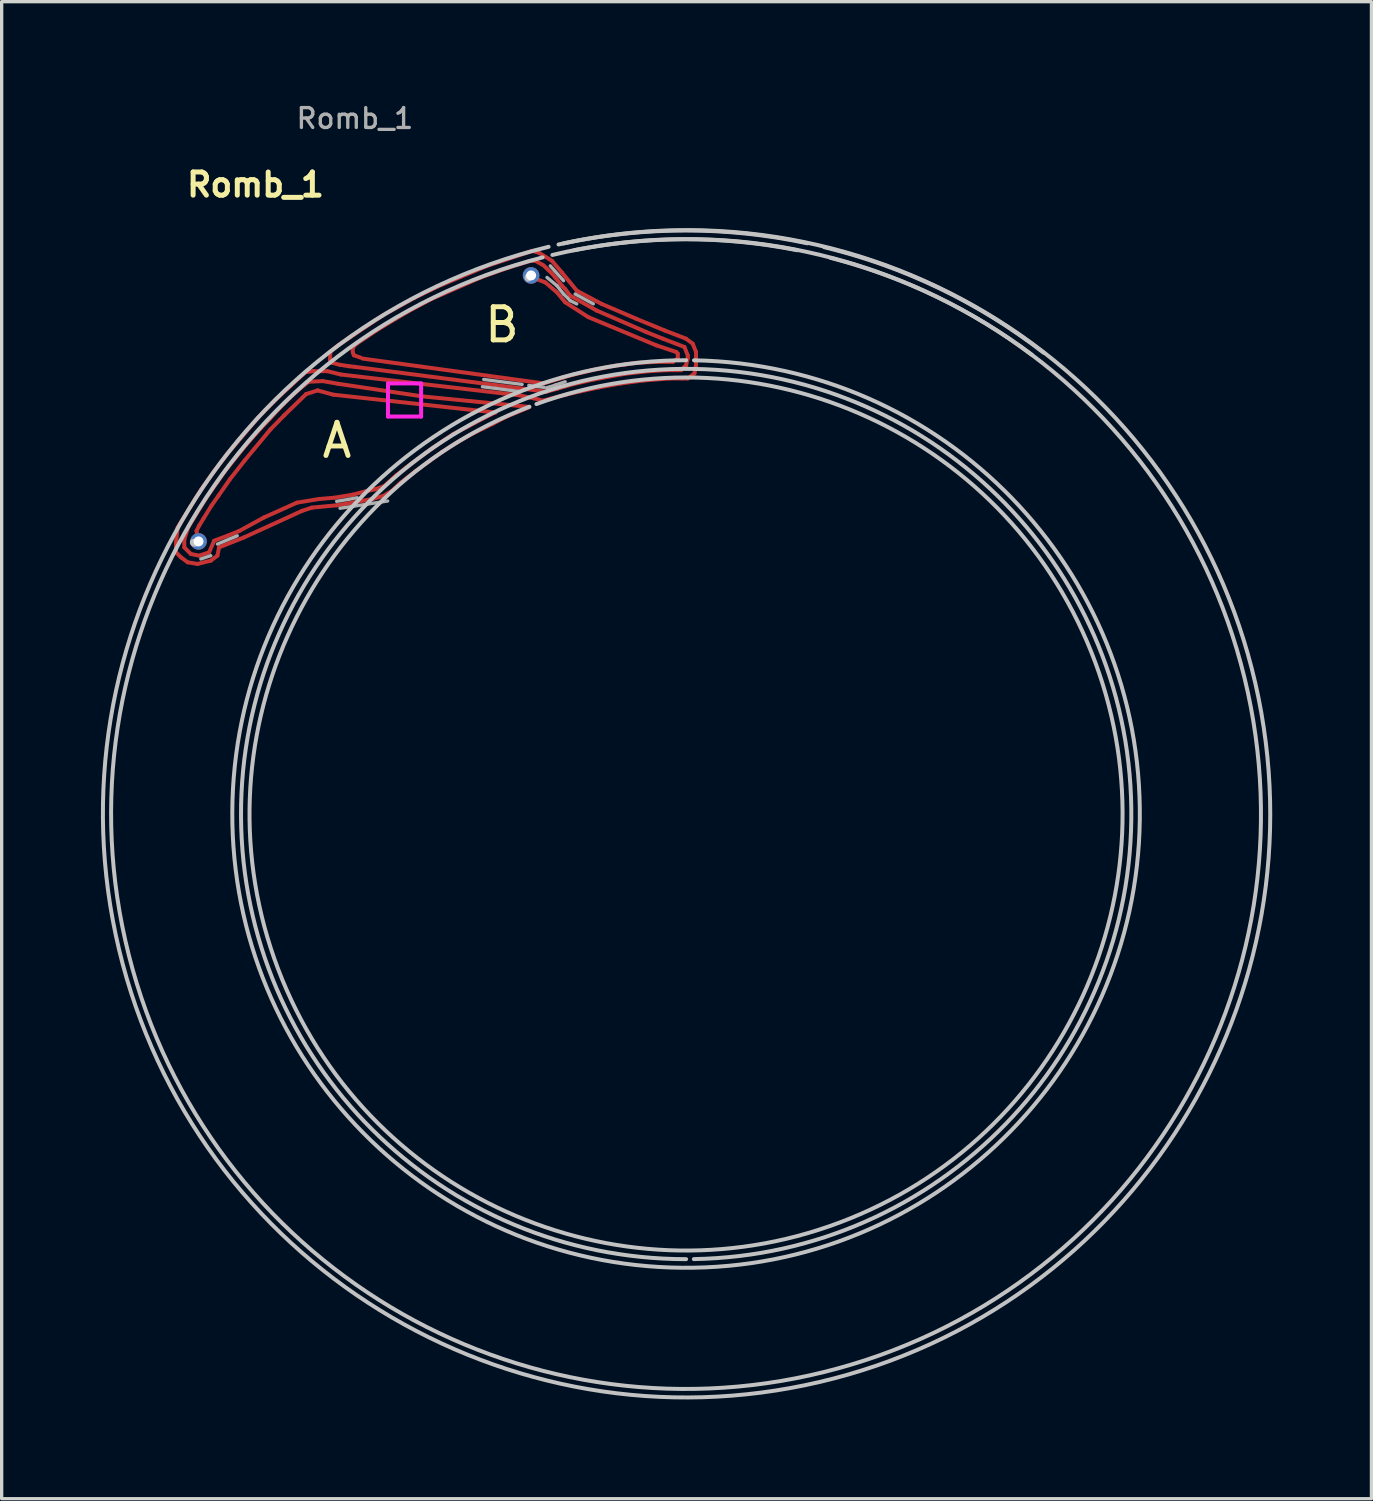
<source format=kicad_pcb>
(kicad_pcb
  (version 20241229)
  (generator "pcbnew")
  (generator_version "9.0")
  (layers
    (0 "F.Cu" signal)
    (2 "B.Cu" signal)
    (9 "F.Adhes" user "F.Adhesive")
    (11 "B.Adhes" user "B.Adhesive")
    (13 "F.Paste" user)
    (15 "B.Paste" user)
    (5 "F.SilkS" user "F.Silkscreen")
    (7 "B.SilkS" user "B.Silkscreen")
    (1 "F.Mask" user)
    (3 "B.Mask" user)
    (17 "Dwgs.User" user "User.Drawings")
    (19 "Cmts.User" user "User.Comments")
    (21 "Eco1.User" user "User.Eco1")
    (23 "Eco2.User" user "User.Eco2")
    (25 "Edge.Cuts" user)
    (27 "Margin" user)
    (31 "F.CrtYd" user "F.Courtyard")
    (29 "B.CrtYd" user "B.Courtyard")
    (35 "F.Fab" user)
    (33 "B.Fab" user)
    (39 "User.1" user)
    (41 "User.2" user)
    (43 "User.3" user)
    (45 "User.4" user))
  (footprint "Romb_1"
    (layer "F.Cu")
    (at 17.664 21.526)
    (property "Reference" "Romb_1" (at -13 -19 180) (layer "F.SilkS") (effects (font (size 0.7 0.7) (thickness 0.15))))
    (attr through_hole)
    (fp_line (start -15.4 -8.2) (end -15.35 -8.65) (stroke (width 0.12) (type solid)) (layer "F.Cu"))
    (fp_line (start -15.4 -7.9) (end -15.4 -8.2) (stroke (width 0.12) (type solid)) (layer "F.Cu"))
    (fp_line (start -15.35 -8.65) (end -14.97 -9.27) (stroke (width 0.12) (type solid)) (layer "F.Cu"))
    (fp_line (start -15.25 -7.75) (end -15.4 -7.9) (stroke (width 0.12) (type solid)) (layer "F.Cu"))
    (fp_line (start -15.15 -8.3) (end -15.15 -8.05) (stroke (width 0.12) (type solid)) (layer "F.Cu"))
    (fp_line (start -15.15 -8.05) (end -14.95 -7.85) (stroke (width 0.12) (type solid)) (layer "F.Cu"))
    (fp_line (start -15.05 -7.6) (end -15.25 -7.75) (stroke (width 0.12) (type solid)) (layer "F.Cu"))
    (fp_line (start -15.03 -8.66) (end -15.15 -8.3) (stroke (width 0.12) (type solid)) (layer "F.Cu"))
    (fp_line (start -14.97 -9.27) (end -14.64 -9.8) (stroke (width 0.12) (type solid)) (layer "F.Cu"))
    (fp_line (start -14.95 -7.85) (end -14.7 -7.8) (stroke (width 0.12) (type solid)) (layer "F.Cu"))
    (fp_line (start -14.78 -8.55) (end -14.7 -8.71) (stroke (width 0.12) (type solid)) (layer "F.Cu"))
    (fp_line (start -14.75 -7.55) (end -15.05 -7.6) (stroke (width 0.12) (type solid)) (layer "F.Cu"))
    (fp_line (start -14.75 -7.55) (end -14.35 -7.65) (stroke (width 0.12) (type solid)) (layer "F.Cu"))
    (fp_line (start -14.74 -8.24) (end -14.78 -8.55) (stroke (width 0.12) (type solid)) (layer "F.Cu"))
    (fp_line (start -14.7 -8.71) (end -14.57 -8.92) (stroke (width 0.12) (type solid)) (layer "F.Cu"))
    (fp_line (start -14.7 -7.8) (end -14.4 -7.9) (stroke (width 0.12) (type solid)) (layer "F.Cu"))
    (fp_line (start -14.64 -9.8) (end -14.24 -10.36) (stroke (width 0.12) (type solid)) (layer "F.Cu"))
    (fp_line (start -14.57 -8.92) (end -14.33 -9.31) (stroke (width 0.12) (type solid)) (layer "F.Cu"))
    (fp_line (start -14.51 -9.51) (end -15.03 -8.66) (stroke (width 0.12) (type solid)) (layer "F.Cu"))
    (fp_line (start -14.4 -7.9) (end -14.25 -8.25) (stroke (width 0.12) (type solid)) (layer "F.Cu"))
    (fp_line (start -14.35 -7.65) (end -14.15 -7.8) (stroke (width 0.12) (type solid)) (layer "F.Cu"))
    (fp_line (start -14.33 -9.31) (end -14.11 -9.62) (stroke (width 0.12) (type solid)) (layer "F.Cu"))
    (fp_line (start -14.25 -8.25) (end -13.85 -8.4) (stroke (width 0.12) (type solid)) (layer "F.Cu"))
    (fp_line (start -14.24 -10.36) (end -13.87 -10.85) (stroke (width 0.12) (type solid)) (layer "F.Cu"))
    (fp_line (start -14.15 -10.03) (end -14.51 -9.51) (stroke (width 0.12) (type solid)) (layer "F.Cu"))
    (fp_line (start -14.15 -7.8) (end -14.1 -8.05) (stroke (width 0.12) (type solid)) (layer "F.Cu"))
    (fp_line (start -14.11 -9.62) (end -13.77 -10.11) (stroke (width 0.12) (type solid)) (layer "F.Cu"))
    (fp_line (start -14.1 -8.05) (end -13.35 -8.35) (stroke (width 0.12) (type solid)) (layer "F.Cu"))
    (fp_line (start -13.91 -10.37) (end -14.15 -10.03) (stroke (width 0.12) (type solid)) (layer "F.Cu"))
    (fp_line (start -13.87 -10.85) (end -12.92 -11.97) (stroke (width 0.12) (type solid)) (layer "F.Cu"))
    (fp_line (start -13.85 -8.4) (end -13.5 -8.54) (stroke (width 0.12) (type solid)) (layer "F.Cu"))
    (fp_line (start -13.77 -10.11) (end -13.33 -10.67) (stroke (width 0.12) (type solid)) (layer "F.Cu"))
    (fp_line (start -13.5 -8.54) (end -12.75 -8.95) (stroke (width 0.12) (type solid)) (layer "F.Cu"))
    (fp_line (start -13.35 -8.35) (end -11.6 -9.15) (stroke (width 0.12) (type solid)) (layer "F.Cu"))
    (fp_line (start -13.33 -10.67) (end -13.04 -11.02) (stroke (width 0.12) (type solid)) (layer "F.Cu"))
    (fp_line (start -13.29 -11.14) (end -13.91 -10.37) (stroke (width 0.12) (type solid)) (layer "F.Cu"))
    (fp_line (start -13.04 -11.02) (end -12.55 -11.61) (stroke (width 0.12) (type solid)) (layer "F.Cu"))
    (fp_line (start -12.92 -11.97) (end -12.39 -12.51) (stroke (width 0.12) (type solid)) (layer "F.Cu"))
    (fp_line (start -12.84 -11.65) (end -13.29 -11.14) (stroke (width 0.12) (type solid)) (layer "F.Cu"))
    (fp_line (start -12.75 -8.95) (end -11.75 -9.4) (stroke (width 0.12) (type solid)) (layer "F.Cu"))
    (fp_line (start -12.58 -11.92) (end -12.84 -11.65) (stroke (width 0.12) (type solid)) (layer "F.Cu"))
    (fp_line (start -12.55 -11.61) (end -12.13 -12.04) (stroke (width 0.12) (type solid)) (layer "F.Cu"))
    (fp_line (start -12.39 -12.51) (end -11.68 -13.17) (stroke (width 0.12) (type solid)) (layer "F.Cu"))
    (fp_line (start -12.27 -12.26) (end -12.58 -11.92) (stroke (width 0.12) (type solid)) (layer "F.Cu"))
    (fp_line (start -12.13 -12.04) (end -11.47 -12.68) (stroke (width 0.12) (type solid)) (layer "F.Cu"))
    (fp_line (start -11.96 -12.57) (end -12.27 -12.26) (stroke (width 0.12) (type solid)) (layer "F.Cu"))
    (fp_line (start -11.68 -13.17) (end -11.49 -13.34) (stroke (width 0.12) (type solid)) (layer "F.Cu"))
    (fp_line (start -11.64 -12.86) (end -11.96 -12.57) (stroke (width 0.12) (type solid)) (layer "F.Cu"))
    (fp_line (start -11.47 -12.68) (end -11.12 -12.79) (stroke (width 0.12) (type solid)) (layer "F.Cu"))
    (fp_line (start -11.4 -13.05) (end -11.64 -12.86) (stroke (width 0.12) (type solid)) (layer "F.Cu"))
    (fp_line (start -11.4 -13.05) (end -10.97 -13.07) (stroke (width 0.12) (type solid)) (layer "F.Cu"))
    (fp_line (start -11.3 -9.25) (end -11.6 -9.15) (stroke (width 0.12) (type solid)) (layer "F.Cu"))
    (fp_line (start -11.26 -13.37) (end -11.5 -13.34) (stroke (width 0.12) (type solid)) (layer "F.Cu"))
    (fp_line (start -11.25 -13.37) (end -10.83 -13.37) (stroke (width 0.12) (type solid)) (layer "F.Cu"))
    (fp_line (start -11.13 -12.79) (end -10.65 -12.66) (stroke (width 0.12) (type solid)) (layer "F.Cu"))
    (fp_line (start -11.08 -9.51) (end -11.75 -9.4) (stroke (width 0.12) (type solid)) (layer "F.Cu"))
    (fp_line (start -10.97 -13.07) (end -10.51 -12.99) (stroke (width 0.12) (type solid)) (layer "F.Cu"))
    (fp_line (start -10.83 -13.37) (end -10.43 -13.27) (stroke (width 0.12) (type solid)) (layer "F.Cu"))
    (fp_line (start -10.74 -13.96) (end -10.75 -13.72) (stroke (width 0.12) (type solid)) (layer "F.Cu"))
    (fp_line (start -10.74 -13.96) (end -10.49 -14.16) (stroke (width 0.12) (type solid)) (layer "F.Cu"))
    (fp_line (start -10.71 -13.63) (end -10.75 -13.71) (stroke (width 0.12) (type solid)) (layer "F.Cu"))
    (fp_line (start -10.65 -12.66) (end -5.75 -12.12) (stroke (width 0.12) (type solid)) (layer "F.Cu"))
    (fp_line (start -10.61 -9.55) (end -11.08 -9.51) (stroke (width 0.12) (type solid)) (layer "F.Cu"))
    (fp_line (start -10.55 -9.32) (end -11.3 -9.25) (stroke (width 0.12) (type solid)) (layer "F.Cu"))
    (fp_line (start -10.51 -12.99) (end -7.98 -12.61) (stroke (width 0.12) (type solid)) (layer "F.Cu"))
    (fp_line (start -10.49 -14.16) (end -10.15 -14.39) (stroke (width 0.12) (type solid)) (layer "F.Cu"))
    (fp_line (start -10.45 -13.56) (end -10.71 -13.63) (stroke (width 0.12) (type solid)) (layer "F.Cu"))
    (fp_line (start -10.44 -13.56) (end -10.18 -13.52) (stroke (width 0.12) (type solid)) (layer "F.Cu"))
    (fp_line (start -10.43 -13.27) (end -5.03 -12.64) (stroke (width 0.12) (type solid)) (layer "F.Cu"))
    (fp_line (start -10.18 -13.52) (end -10 -13.5) (stroke (width 0.12) (type solid)) (layer "F.Cu"))
    (fp_line (start -10.15 -14.39) (end -9.57 -14.78) (stroke (width 0.12) (type solid)) (layer "F.Cu"))
    (fp_line (start -10.07 -14.04) (end -10.01 -14.15) (stroke (width 0.12) (type solid)) (layer "F.Cu"))
    (fp_line (start -10.07 -9.64) (end -10.61 -9.55) (stroke (width 0.12) (type solid)) (layer "F.Cu"))
    (fp_line (start -10.07 -9.4) (end -10.55 -9.32) (stroke (width 0.12) (type solid)) (layer "F.Cu"))
    (fp_line (start -10.06 -13.93) (end -10.07 -14.04) (stroke (width 0.12) (type solid)) (layer "F.Cu"))
    (fp_line (start -10.03 -13.85) (end -10.06 -13.93) (stroke (width 0.12) (type solid)) (layer "F.Cu"))
    (fp_line (start -10.01 -14.15) (end -9.93 -14.21) (stroke (width 0.12) (type solid)) (layer "F.Cu"))
    (fp_line (start -9.93 -14.21) (end -9.35 -14.6) (stroke (width 0.12) (type solid)) (layer "F.Cu"))
    (fp_line (start -9.83 -13.78) (end -10.03 -13.85) (stroke (width 0.12) (type solid)) (layer "F.Cu"))
    (fp_line (start -9.77 -13.75) (end -4.3 -13) (stroke (width 0.12) (type solid)) (layer "F.Cu"))
    (fp_line (start -9.65 -9.75) (end -10.07 -9.64) (stroke (width 0.12) (type solid)) (layer "F.Cu"))
    (fp_line (start -9.57 -14.78) (end -9.13 -15.07) (stroke (width 0.12) (type solid)) (layer "F.Cu"))
    (fp_line (start -9.48 -9.51) (end -10.07 -9.4) (stroke (width 0.12) (type solid)) (layer "F.Cu"))
    (fp_line (start -9.41 -9.8) (end -9.65 -9.75) (stroke (width 0.12) (type solid)) (layer "F.Cu"))
    (fp_line (start -9.4 -9.8) (end -9.11 -9.9) (stroke (width 0.12) (type solid)) (layer "F.Cu"))
    (fp_line (start -9.35 -14.6) (end -8.79 -14.94) (stroke (width 0.12) (type solid)) (layer "F.Cu"))
    (fp_line (start -9.15 -9.6) (end -9.47 -9.51) (stroke (width 0.12) (type solid)) (layer "F.Cu"))
    (fp_line (start -9.15 -9.6) (end -8.89 -9.75) (stroke (width 0.12) (type solid)) (layer "F.Cu"))
    (fp_line (start -9.13 -15.07) (end -8.19 -15.59) (stroke (width 0.12) (type solid)) (layer "F.Cu"))
    (fp_line (start -9.1 -9.91) (end -8.76 -10.22) (stroke (width 0.12) (type solid)) (layer "F.Cu"))
    (fp_line (start -8.89 -9.75) (end -8.62 -10) (stroke (width 0.12) (type solid)) (layer "F.Cu"))
    (fp_line (start -8.79 -14.94) (end -8.38 -15.18) (stroke (width 0.12) (type solid)) (layer "F.Cu"))
    (fp_line (start -8.76 -10.22) (end -8.28 -10.59) (stroke (width 0.12) (type solid)) (layer "F.Cu"))
    (fp_line (start -8.62 -10) (end -8.17 -10.35) (stroke (width 0.12) (type solid)) (layer "F.Cu"))
    (fp_line (start -8.38 -15.18) (end -7.73 -15.53) (stroke (width 0.12) (type solid)) (layer "F.Cu"))
    (fp_line (start -8.28 -10.59) (end -7.67 -11.04) (stroke (width 0.12) (type solid)) (layer "F.Cu"))
    (fp_line (start -8.19 -15.59) (end -7.49 -15.93) (stroke (width 0.12) (type solid)) (layer "F.Cu"))
    (fp_line (start -8.17 -10.35) (end -7.73 -10.67) (stroke (width 0.12) (type solid)) (layer "F.Cu"))
    (fp_line (start -7.98 -12.61) (end -4.73 -12.29) (stroke (width 0.12) (type solid)) (layer "F.Cu"))
    (fp_line (start -7.73 -15.53) (end -6.2 -16.2) (stroke (width 0.12) (type solid)) (layer "F.Cu"))
    (fp_line (start -7.73 -10.67) (end -7.37 -10.93) (stroke (width 0.12) (type solid)) (layer "F.Cu"))
    (fp_line (start -7.67 -11.04) (end -7.03 -11.47) (stroke (width 0.12) (type solid)) (layer "F.Cu"))
    (fp_line (start -7.49 -15.93) (end -6.03 -16.54) (stroke (width 0.12) (type solid)) (layer "F.Cu"))
    (fp_line (start -7.37 -10.93) (end -6.93 -11.21) (stroke (width 0.12) (type solid)) (layer "F.Cu"))
    (fp_line (start -7.03 -11.47) (end -6.4 -11.8) (stroke (width 0.12) (type solid)) (layer "F.Cu"))
    (fp_line (start -6.93 -11.21) (end -6.46 -11.48) (stroke (width 0.12) (type solid)) (layer "F.Cu"))
    (fp_line (start -6.46 -11.48) (end -5.84 -11.78) (stroke (width 0.12) (type solid)) (layer "F.Cu"))
    (fp_line (start -6.4 -11.8) (end -5.78 -12.12) (stroke (width 0.12) (type solid)) (layer "F.Cu"))
    (fp_line (start -6.2 -16.2) (end -5.36 -16.5) (stroke (width 0.12) (type solid)) (layer "F.Cu"))
    (fp_line (start -6.03 -16.54) (end -4.65 -17) (stroke (width 0.12) (type solid)) (layer "F.Cu"))
    (fp_line (start -5.84 -11.78) (end -5.44 -11.99) (stroke (width 0.12) (type solid)) (layer "F.Cu"))
    (fp_line (start -5.44 -11.99) (end -4.74 -12.28) (stroke (width 0.12) (type solid)) (layer "F.Cu"))
    (fp_line (start -5.38 -16.49) (end -4.7 -16.7) (stroke (width 0.12) (type solid)) (layer "F.Cu"))
    (fp_line (start -5.03 -12.64) (end -4.6 -12.55) (stroke (width 0.12) (type solid)) (layer "F.Cu"))
    (fp_line (start -4.7 -16.7) (end -4.56 -16.7) (stroke (width 0.12) (type solid)) (layer "F.Cu"))
    (fp_line (start -4.65 -17) (end -4.45 -16.95) (stroke (width 0.12) (type solid)) (layer "F.Cu"))
    (fp_line (start -4.65 -16.2) (end -4.25 -16.05) (stroke (width 0.12) (type solid)) (layer "F.Cu"))
    (fp_line (start -4.55 -16.7) (end -4.33 -16.58) (stroke (width 0.12) (type solid)) (layer "F.Cu"))
    (fp_line (start -4.45 -16.95) (end -4.05 -16.7) (stroke (width 0.12) (type solid)) (layer "F.Cu"))
    (fp_line (start -4.33 -12.48) (end -4.59 -12.55) (stroke (width 0.12) (type solid)) (layer "F.Cu"))
    (fp_line (start -4.31 -16.57) (end -4.06 -16.33) (stroke (width 0.12) (type solid)) (layer "F.Cu"))
    (fp_line (start -4.3 -13) (end -3.7 -13.18) (stroke (width 0.12) (type solid)) (layer "F.Cu"))
    (fp_line (start -4.25 -16.05) (end -3.9 -15.75) (stroke (width 0.12) (type solid)) (layer "F.Cu"))
    (fp_line (start -4.22 -12.75) (end -10 -13.5) (stroke (width 0.12) (type solid)) (layer "F.Cu"))
    (fp_line (start -4.05 -16.7) (end -3.75 -16.35) (stroke (width 0.12) (type solid)) (layer "F.Cu"))
    (fp_line (start -4.05 -16.32) (end -3.95 -16.2) (stroke (width 0.12) (type solid)) (layer "F.Cu"))
    (fp_line (start -3.9 -15.75) (end -3.65 -15.45) (stroke (width 0.12) (type solid)) (layer "F.Cu"))
    (fp_line (start -3.89 -12.84) (end -4.22 -12.75) (stroke (width 0.12) (type solid)) (layer "F.Cu"))
    (fp_line (start -3.75 -16.35) (end -3.53 -16.08) (stroke (width 0.12) (type solid)) (layer "F.Cu"))
    (fp_line (start -3.75 -15.95) (end -3.95 -16.2) (stroke (width 0.12) (type solid)) (layer "F.Cu"))
    (fp_line (start -3.71 -13.18) (end -3.39 -13.27) (stroke (width 0.12) (type solid)) (layer "F.Cu"))
    (fp_line (start -3.65 -15.85) (end -3.75 -15.95) (stroke (width 0.12) (type solid)) (layer "F.Cu"))
    (fp_line (start -3.65 -15.45) (end -2.95 -15) (stroke (width 0.12) (type solid)) (layer "F.Cu"))
    (fp_line (start -3.63 -12.66) (end -4.33 -12.48) (stroke (width 0.12) (type solid)) (layer "F.Cu"))
    (fp_line (start -3.52 -16.07) (end -3.3 -15.8) (stroke (width 0.12) (type solid)) (layer "F.Cu"))
    (fp_line (start -3.5 -15.65) (end -3.65 -15.85) (stroke (width 0.12) (type solid)) (layer "F.Cu"))
    (fp_line (start -3.5 -15.65) (end -2.7 -15.2) (stroke (width 0.12) (type solid)) (layer "F.Cu"))
    (fp_line (start -3.4 -12.98) (end -3.89 -12.84) (stroke (width 0.12) (type solid)) (layer "F.Cu"))
    (fp_line (start -3.39 -13.27) (end -3.08 -13.34) (stroke (width 0.12) (type solid)) (layer "F.Cu"))
    (fp_line (start -3.3 -15.8) (end -2.55 -15.4) (stroke (width 0.12) (type solid)) (layer "F.Cu"))
    (fp_line (start -3.2 -12.76) (end -3.63 -12.66) (stroke (width 0.12) (type solid)) (layer "F.Cu"))
    (fp_line (start -3.08 -13.34) (end -2.84 -13.4) (stroke (width 0.12) (type solid)) (layer "F.Cu"))
    (fp_line (start -2.95 -15) (end -0.9 -14.15) (stroke (width 0.12) (type solid)) (layer "F.Cu"))
    (fp_line (start -2.84 -13.4) (end -2.53 -13.46) (stroke (width 0.12) (type solid)) (layer "F.Cu"))
    (fp_line (start -2.78 -13.12) (end -3.4 -12.98) (stroke (width 0.12) (type solid)) (layer "F.Cu"))
    (fp_line (start -2.7 -15.2) (end -1.2 -14.55) (stroke (width 0.12) (type solid)) (layer "F.Cu"))
    (fp_line (start -2.63 -12.88) (end -3.2 -12.76) (stroke (width 0.12) (type solid)) (layer "F.Cu"))
    (fp_line (start -2.55 -15.4) (end -1.5 -14.95) (stroke (width 0.12) (type solid)) (layer "F.Cu"))
    (fp_line (start -2.53 -13.46) (end -2.16 -13.53) (stroke (width 0.12) (type solid)) (layer "F.Cu"))
    (fp_line (start -2.16 -13.53) (end -1.85 -13.57) (stroke (width 0.12) (type solid)) (layer "F.Cu"))
    (fp_line (start -1.96 -13) (end -2.63 -12.88) (stroke (width 0.12) (type solid)) (layer "F.Cu"))
    (fp_line (start -1.85 -13.57) (end -1.51 -13.62) (stroke (width 0.12) (type solid)) (layer "F.Cu"))
    (fp_line (start -1.85 -13.29) (end -2.78 -13.12) (stroke (width 0.12) (type solid)) (layer "F.Cu"))
    (fp_line (start -1.51 -13.62) (end -0.9 -13.65) (stroke (width 0.12) (type solid)) (layer "F.Cu"))
    (fp_line (start -1.5 -14.95) (end -0.65 -14.6) (stroke (width 0.12) (type solid)) (layer "F.Cu"))
    (fp_line (start -1.28 -13.09) (end -1.96 -13) (stroke (width 0.12) (type solid)) (layer "F.Cu"))
    (fp_line (start -1.2 -14.55) (end -0.7 -14.35) (stroke (width 0.12) (type solid)) (layer "F.Cu"))
    (fp_line (start -1.12 -13.37) (end -1.85 -13.29) (stroke (width 0.12) (type solid)) (layer "F.Cu"))
    (fp_line (start -0.9 -14.15) (end -0.3 -13.95) (stroke (width 0.12) (type solid)) (layer "F.Cu"))
    (fp_line (start -0.9 -13.65) (end -0.4 -13.65) (stroke (width 0.12) (type solid)) (layer "F.Cu"))
    (fp_line (start -0.7 -14.35) (end -0.05 -14.1) (stroke (width 0.12) (type solid)) (layer "F.Cu"))
    (fp_line (start -0.65 -14.6) (end 0 -14.35) (stroke (width 0.12) (type solid)) (layer "F.Cu"))
    (fp_line (start -0.6 -13.4) (end -1.12 -13.37) (stroke (width 0.12) (type solid)) (layer "F.Cu"))
    (fp_line (start -0.5 -13.15) (end -1.28 -13.09) (stroke (width 0.12) (type solid)) (layer "F.Cu"))
    (fp_line (start -0.3 -13.95) (end -0.25 -13.9) (stroke (width 0.12) (type solid)) (layer "F.Cu"))
    (fp_line (start -0.25 -13.9) (end -0.25 -13.75) (stroke (width 0.12) (type solid)) (layer "F.Cu"))
    (fp_line (start -0.25 -13.75) (end -0.4 -13.65) (stroke (width 0.12) (type solid)) (layer "F.Cu"))
    (fp_line (start -0.15 -13.4) (end -0.6 -13.4) (stroke (width 0.12) (type solid)) (layer "F.Cu"))
    (fp_line (start -0.11 -13.15) (end -0.5 -13.15) (stroke (width 0.12) (type solid)) (layer "F.Cu"))
    (fp_line (start -0.05 -14.1) (end 0.05 -13.85) (stroke (width 0.12) (type solid)) (layer "F.Cu"))
    (fp_line (start 0 -14.35) (end 0.2 -14.2) (stroke (width 0.12) (type solid)) (layer "F.Cu"))
    (fp_line (start 0 -13.55) (end -0.15 -13.4) (stroke (width 0.12) (type solid)) (layer "F.Cu"))
    (fp_line (start 0.05 -13.85) (end 0.05 -13.75) (stroke (width 0.12) (type solid)) (layer "F.Cu"))
    (fp_line (start 0.05 -13.75) (end 0 -13.55) (stroke (width 0.12) (type solid)) (layer "F.Cu"))
    (fp_line (start 0.05 -13.15) (end -0.11 -13.15) (stroke (width 0.12) (type solid)) (layer "F.Cu"))
    (fp_line (start 0.2 -14.2) (end 0.3 -13.95) (stroke (width 0.12) (type solid)) (layer "F.Cu"))
    (fp_line (start 0.25 -13.3) (end 0.05 -13.15) (stroke (width 0.12) (type solid)) (layer "F.Cu"))
    (fp_line (start 0.3 -13.95) (end 0.3 -13.75) (stroke (width 0.12) (type solid)) (layer "F.Cu"))
    (fp_line (start 0.3 -13.75) (end 0.3 -13.55) (stroke (width 0.12) (type solid)) (layer "F.Cu"))
    (fp_line (start 0.3 -13.55) (end 0.25 -13.3) (stroke (width 0.12) (type solid)) (layer "F.Cu"))
    (fp_line (start -14.783 -8.208) (end -14.783 -8.208) (stroke (width 0.2) (type solid)) (layer "Dwgs.User"))
    (fp_line (start -4.656 -16.238) (end -4.656 -16.238) (stroke (width 0.2) (type solid)) (layer "Dwgs.User"))
    (fp_arc (start -14.8238 -8.1928) (mid -14.86 -8.1706) (end -14.8822 -8.2068) (stroke (width 0.2) (type solid)) (layer "Dwgs.User"))
    (fp_arc (start -14.7528 -8.2057) (mid -14.7847 -8.1778) (end -14.8126 -8.2097) (stroke (width 0.2) (type solid)) (layer "Dwgs.User"))
    (fp_arc (start -14.6826 -8.219) (mid -14.709 -8.1858) (end -14.7422 -8.2122) (stroke (width 0.2) (type solid)) (layer "Dwgs.User"))
    (fp_arc (start -4.7657 -16.1715) (mid -4.7692 -16.2138) (end -4.7269 -16.2173) (stroke (width 0.2) (type solid)) (layer "Dwgs.User"))
    (fp_arc (start -4.6798 -16.2192) (mid -4.6748 -16.2614) (end -4.6326 -16.2564) (stroke (width 0.2) (type solid)) (layer "Dwgs.User"))
    (fp_arc (start -4.517656 -12.377446) (mid 4.625496 12.337551) (end -4.732984 -12.296717) (stroke (width 0.12) (type solid)) (layer "Dwgs.User"))
    (fp_arc (start -4.036344 -16.878515) (mid 4.183481 16.842649) (end -4.3303 -16.8055) (stroke (width 0.12) (type solid)) (layer "Dwgs.User"))
    (fp_arc (start -3.851703 -17.194878) (mid 4.02891 17.148344) (end -4.1511 -17.1248) (stroke (width 0.12) (type solid)) (layer "Dwgs.User"))
    (fp_arc (start -3.696026 -17.228714) (mid -0.018081 -17.617555) (end 3.66 -17.23) (stroke (width 0.12) (type solid)) (layer "Dwgs.User"))
    (fp_arc (start -3.381088 -17.021765) (mid -0.010457 -17.351367) (end 3.36 -17.02) (stroke (width 0.12) (type solid)) (layer "Dwgs.User"))
    (fp_arc (start 0 13.44) (mid -0.117284 -13.439488) (end 0.23456 13.437953) (stroke (width 0.12) (type solid)) (layer "Dwgs.User"))
    (fp_arc (start 0.239098 -13.697913) (mid -0.119554 13.699478) (end 0 -13.7) (stroke (width 0.12) (type solid)) (layer "Dwgs.User"))
    (fp_arc (start 4.172413 -17.113056) (mid 7.654876 -15.867616) (end 10.8006 -13.9226) (stroke (width 0.12) (type solid)) (layer "Dwgs.User"))
    (fp_arc (start 4.362272 -16.791091) (mid 7.544208 -15.625265) (end 10.4391 -13.8636) (stroke (width 0.12) (type solid)) (layer "Dwgs.User"))
    (fp_line (start -9 -13) (end -8 -13) (stroke (width 0.12) (type solid)) (layer "F.CrtYd"))
    (fp_line (start -9 -12) (end -9 -13) (stroke (width 0.12) (type solid)) (layer "F.CrtYd"))
    (fp_line (start -8 -13) (end -8 -12) (stroke (width 0.12) (type solid)) (layer "F.CrtYd"))
    (fp_line (start -8 -12) (end -9 -12) (stroke (width 0.12) (type solid)) (layer "F.CrtYd"))
    (fp_line (start -14.35 -7.8) (end -14.65 -7.7) (stroke (width 0.1) (type solid)) (layer "F.Fab"))
    (fp_line (start -13.55 -8.4) (end -14.15 -8.15) (stroke (width 0.1) (type solid)) (layer "F.Fab"))
    (fp_line (start -10.55 -9.44) (end -10.19 -9.5) (stroke (width 0.1) (type solid)) (layer "F.Fab"))
    (fp_line (start -10.45 -9.23) (end -9.01 -9.45) (stroke (width 0.1) (type solid)) (layer "F.Fab"))
    (fp_line (start -10.19 -9.5) (end -9.93 -9.55) (stroke (width 0.1) (type solid)) (layer "F.Fab"))
    (fp_line (start -6.15 -12.9) (end -5.75 -12.85) (stroke (width 0.1) (type solid)) (layer "F.Fab"))
    (fp_line (start -6.11 -13.12) (end -4.95 -12.97) (stroke (width 0.1) (type solid)) (layer "F.Fab"))
    (fp_line (start -5.75 -12.85) (end -5 -12.75) (stroke (width 0.1) (type solid)) (layer "F.Fab"))
    (fp_line (start -4.29 -12.88) (end -4.75 -12.94) (stroke (width 0.1) (type solid)) (layer "F.Fab"))
    (fp_line (start -4.2 -16.2) (end -3.9 -15.95) (stroke (width 0.1) (type solid)) (layer "F.Fab"))
    (fp_line (start -4.1 -16.55) (end -3.7 -16.1) (stroke (width 0.1) (type solid)) (layer "F.Fab"))
    (fp_line (start -4.1 -12.9) (end -4.22 -12.87) (stroke (width 0.1) (type solid)) (layer "F.Fab"))
    (fp_line (start -3.95 -12.95) (end -4.1 -12.9) (stroke (width 0.1) (type solid)) (layer "F.Fab"))
    (fp_line (start -3.9 -15.95) (end -3.7 -15.7) (stroke (width 0.1) (type solid)) (layer "F.Fab"))
    (fp_line (start -3.7 -15.7) (end -3.5 -15.5) (stroke (width 0.1) (type solid)) (layer "F.Fab"))
    (fp_line (start -3.65 -13.05) (end -3.95 -12.95) (stroke (width 0.1) (type solid)) (layer "F.Fab"))
    (fp_line (start -3.5 -15.5) (end -3.3 -15.4) (stroke (width 0.1) (type solid)) (layer "F.Fab"))
    (fp_line (start -3.35 -15.7) (end -2.8 -15.4) (stroke (width 0.1) (type solid)) (layer "F.Fab"))
    (fp_text user "A" (at -10.54 -11.28 0) (layer "F.SilkS") (effects (font (size 1 1) (thickness 0.15))))
    (fp_text user "B" (at -5.56 -14.77 0) (layer "F.SilkS") (effects (font (size 1 1) (thickness 0.15))))
    (fp_text user "${REFERENCE}" (at -10 -21 0) (layer "F.Fab") (effects (font (size 0.6 0.6) (thickness 0.1))))
    (pad "1" thru_hole circle (at -14.72 -8.23) (size 0.5 0.5) (drill 0.3) (layers "*.Cu"))
    (pad "2" thru_hole circle (at -4.68 -16.26) (size 0.5 0.5) (drill 0.3) (layers "*.Cu")))
  (gr_rect
    (start -3 -3)
    (end 38.356 42.198)
    (stroke (width 0.1) (type default))
    (fill no)
    (layer "Edge.Cuts")))
</source>
